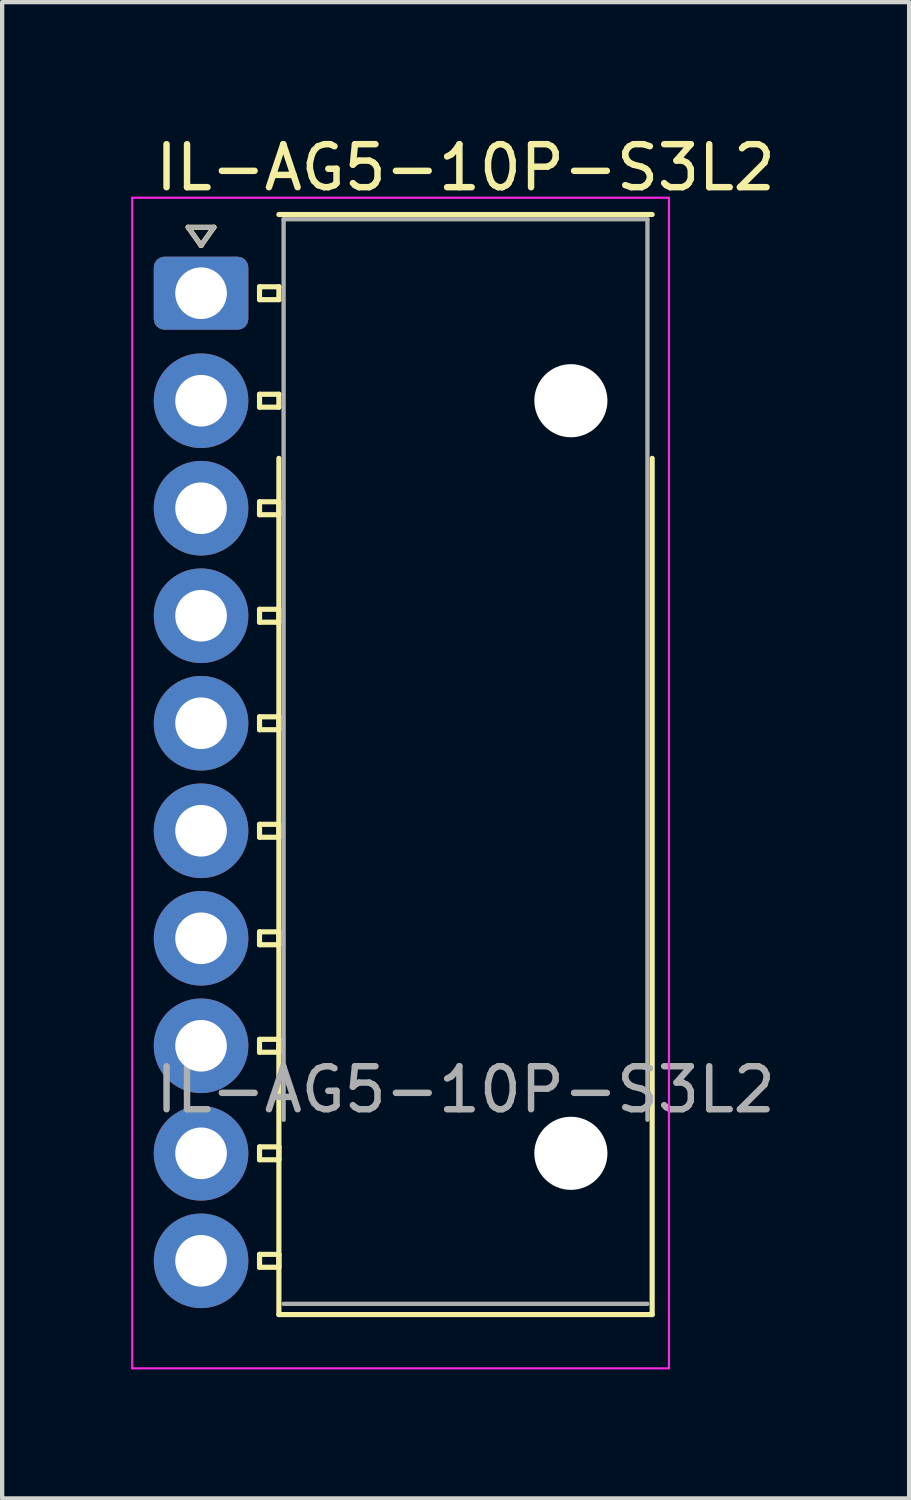
<source format=kicad_pcb>
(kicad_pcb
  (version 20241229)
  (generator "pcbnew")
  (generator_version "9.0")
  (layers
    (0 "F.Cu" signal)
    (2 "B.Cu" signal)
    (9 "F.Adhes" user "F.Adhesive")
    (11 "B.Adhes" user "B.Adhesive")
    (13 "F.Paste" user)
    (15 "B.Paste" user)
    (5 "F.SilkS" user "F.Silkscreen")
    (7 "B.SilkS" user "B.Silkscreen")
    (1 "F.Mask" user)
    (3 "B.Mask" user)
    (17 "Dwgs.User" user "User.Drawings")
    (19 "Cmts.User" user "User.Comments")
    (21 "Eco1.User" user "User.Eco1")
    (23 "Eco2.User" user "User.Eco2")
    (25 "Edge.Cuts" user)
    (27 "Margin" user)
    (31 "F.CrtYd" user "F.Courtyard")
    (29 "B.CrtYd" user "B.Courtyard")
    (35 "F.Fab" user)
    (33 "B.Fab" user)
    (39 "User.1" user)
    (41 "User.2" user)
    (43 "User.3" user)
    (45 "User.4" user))
  (footprint "IL-AG5-10P-S3L2"
    (layer "F.Cu")
    (at 1.625 3.768)
    (property "Reference" "IL-AG5-10P-S3L2" (at 6.15 -2.92 0) (layer "F.SilkS") (effects (font (size 1 1) (thickness 0.15))))
    (attr through_hole)
    (fp_line (start -0.3 -1.534) (end 0 -1.11) (stroke (width 0.12) (type solid)) (layer "F.SilkS"))
    (fp_line (start 0 -1.11) (end 0.3 -1.534) (stroke (width 0.12) (type solid)) (layer "F.SilkS"))
    (fp_line (start 0.3 -1.534) (end -0.3 -1.534) (stroke (width 0.12) (type solid)) (layer "F.SilkS"))
    (fp_line (start 1.36 -0.15) (end 1.36 0.15) (stroke (width 0.12) (type solid)) (layer "F.SilkS"))
    (fp_line (start 1.36 0.15) (end 1.81 0.15) (stroke (width 0.12) (type solid)) (layer "F.SilkS"))
    (fp_line (start 1.36 2.35) (end 1.36 2.65) (stroke (width 0.12) (type solid)) (layer "F.SilkS"))
    (fp_line (start 1.36 2.65) (end 1.81 2.65) (stroke (width 0.12) (type solid)) (layer "F.SilkS"))
    (fp_line (start 1.36 4.85) (end 1.36 5.15) (stroke (width 0.12) (type solid)) (layer "F.SilkS"))
    (fp_line (start 1.36 5.15) (end 1.81 5.15) (stroke (width 0.12) (type solid)) (layer "F.SilkS"))
    (fp_line (start 1.36 7.35) (end 1.36 7.65) (stroke (width 0.12) (type solid)) (layer "F.SilkS"))
    (fp_line (start 1.36 7.65) (end 1.81 7.65) (stroke (width 0.12) (type solid)) (layer "F.SilkS"))
    (fp_line (start 1.36 9.85) (end 1.36 10.15) (stroke (width 0.12) (type solid)) (layer "F.SilkS"))
    (fp_line (start 1.36 10.15) (end 1.81 10.15) (stroke (width 0.12) (type solid)) (layer "F.SilkS"))
    (fp_line (start 1.36 12.35) (end 1.36 12.65) (stroke (width 0.12) (type solid)) (layer "F.SilkS"))
    (fp_line (start 1.36 12.65) (end 1.81 12.65) (stroke (width 0.12) (type solid)) (layer "F.SilkS"))
    (fp_line (start 1.36 14.85) (end 1.36 15.15) (stroke (width 0.12) (type solid)) (layer "F.SilkS"))
    (fp_line (start 1.36 15.15) (end 1.81 15.15) (stroke (width 0.12) (type solid)) (layer "F.SilkS"))
    (fp_line (start 1.36 17.35) (end 1.36 17.65) (stroke (width 0.12) (type solid)) (layer "F.SilkS"))
    (fp_line (start 1.36 17.65) (end 1.81 17.65) (stroke (width 0.12) (type solid)) (layer "F.SilkS"))
    (fp_line (start 1.36 19.85) (end 1.36 20.15) (stroke (width 0.12) (type solid)) (layer "F.SilkS"))
    (fp_line (start 1.36 20.15) (end 1.81 20.15) (stroke (width 0.12) (type solid)) (layer "F.SilkS"))
    (fp_line (start 1.36 22.35) (end 1.36 22.65) (stroke (width 0.12) (type solid)) (layer "F.SilkS"))
    (fp_line (start 1.36 22.65) (end 1.81 22.65) (stroke (width 0.12) (type solid)) (layer "F.SilkS"))
    (fp_line (start 1.81 -0.15) (end 1.36 -0.15) (stroke (width 0.12) (type solid)) (layer "F.SilkS"))
    (fp_line (start 1.81 0.15) (end 1.81 -0.15) (stroke (width 0.12) (type solid)) (layer "F.SilkS"))
    (fp_line (start 1.81 2.35) (end 1.36 2.35) (stroke (width 0.12) (type solid)) (layer "F.SilkS"))
    (fp_line (start 1.81 2.65) (end 1.81 2.35) (stroke (width 0.12) (type solid)) (layer "F.SilkS"))
    (fp_line (start 1.81 3.84) (end 1.81 23.75) (stroke (width 0.12) (type solid)) (layer "F.SilkS"))
    (fp_line (start 1.81 4.85) (end 1.36 4.85) (stroke (width 0.12) (type solid)) (layer "F.SilkS"))
    (fp_line (start 1.81 5.15) (end 1.81 4.85) (stroke (width 0.12) (type solid)) (layer "F.SilkS"))
    (fp_line (start 1.81 7.35) (end 1.36 7.35) (stroke (width 0.12) (type solid)) (layer "F.SilkS"))
    (fp_line (start 1.81 7.65) (end 1.81 7.35) (stroke (width 0.12) (type solid)) (layer "F.SilkS"))
    (fp_line (start 1.81 9.85) (end 1.36 9.85) (stroke (width 0.12) (type solid)) (layer "F.SilkS"))
    (fp_line (start 1.81 10.15) (end 1.81 9.85) (stroke (width 0.12) (type solid)) (layer "F.SilkS"))
    (fp_line (start 1.81 12.35) (end 1.36 12.35) (stroke (width 0.12) (type solid)) (layer "F.SilkS"))
    (fp_line (start 1.81 12.65) (end 1.81 12.35) (stroke (width 0.12) (type solid)) (layer "F.SilkS"))
    (fp_line (start 1.81 14.85) (end 1.36 14.85) (stroke (width 0.12) (type solid)) (layer "F.SilkS"))
    (fp_line (start 1.81 15.15) (end 1.81 14.85) (stroke (width 0.12) (type solid)) (layer "F.SilkS"))
    (fp_line (start 1.81 17.35) (end 1.36 17.35) (stroke (width 0.12) (type solid)) (layer "F.SilkS"))
    (fp_line (start 1.81 17.65) (end 1.81 17.35) (stroke (width 0.12) (type solid)) (layer "F.SilkS"))
    (fp_line (start 1.81 19.85) (end 1.36 19.85) (stroke (width 0.12) (type solid)) (layer "F.SilkS"))
    (fp_line (start 1.81 20.15) (end 1.81 19.85) (stroke (width 0.12) (type solid)) (layer "F.SilkS"))
    (fp_line (start 1.81 22.35) (end 1.36 22.35) (stroke (width 0.12) (type solid)) (layer "F.SilkS"))
    (fp_line (start 1.81 22.65) (end 1.81 22.35) (stroke (width 0.12) (type solid)) (layer "F.SilkS"))
    (fp_line (start 1.81 23.75) (end 10.49 23.75) (stroke (width 0.12) (type solid)) (layer "F.SilkS"))
    (fp_line (start 10.49 -1.83) (end 1.81 -1.83) (stroke (width 0.12) (type solid)) (layer "F.SilkS"))
    (fp_line (start 10.49 23.75) (end 10.49 3.84) (stroke (width 0.12) (type solid)) (layer "F.SilkS"))
    (fp_line (start -1.6 -2.22) (end -1.6 25) (stroke (width 0.05) (type solid)) (layer "F.CrtYd"))
    (fp_line (start -1.6 25) (end 10.88 25) (stroke (width 0.05) (type solid)) (layer "F.CrtYd"))
    (fp_line (start 10.88 -2.22) (end -1.6 -2.22) (stroke (width 0.05) (type solid)) (layer "F.CrtYd"))
    (fp_line (start 10.88 25) (end 10.88 -2.22) (stroke (width 0.05) (type solid)) (layer "F.CrtYd"))
    (fp_line (start -0.3 -1.534) (end 0 -1.11) (stroke (width 0.1) (type solid)) (layer "F.Fab"))
    (fp_line (start 0 -1.11) (end 0.3 -1.534) (stroke (width 0.1) (type solid)) (layer "F.Fab"))
    (fp_line (start 0.3 -1.534) (end -0.3 -1.534) (stroke (width 0.1) (type solid)) (layer "F.Fab"))
    (fp_line (start 1.92 -1.72) (end 1.92 19.22) (stroke (width 0.1) (type solid)) (layer "F.Fab"))
    (fp_line (start 1.92 23.5) (end 10.38 23.5) (stroke (width 0.1) (type solid)) (layer "F.Fab"))
    (fp_line (start 10.38 -1.72) (end 1.92 -1.72) (stroke (width 0.1) (type solid)) (layer "F.Fab"))
    (fp_line (start 10.38 19.22) (end 10.38 -1.72) (stroke (width 0.1) (type solid)) (layer "F.Fab"))
    (fp_text user "${REFERENCE}" (at 6.15 18.52 0) (layer "F.Fab") (effects (font (size 1 1) (thickness 0.15))))
    (pad "" np_thru_hole circle (at 8.6 2.5) (size 1.7 1.7) (drill 1.7) (layers "*.Cu" "*.Mask"))
    (pad "" np_thru_hole circle (at 8.6 20) (size 1.7 1.7) (drill 1.7) (layers "*.Cu" "*.Mask"))
    (pad "1" thru_hole roundrect (at 0 0) (size 2.2 1.7) (drill 1.2) (layers "*.Cu" "*.Mask") (roundrect_rratio 0.147))
    (pad "2" thru_hole circle (at 0 2.5) (size 2.2 2.2) (drill 1.2) (layers "*.Cu" "*.Mask"))
    (pad "3" thru_hole circle (at 0 5) (size 2.2 2.2) (drill 1.2) (layers "*.Cu" "*.Mask"))
    (pad "4" thru_hole circle (at 0 7.5) (size 2.2 2.2) (drill 1.2) (layers "*.Cu" "*.Mask"))
    (pad "5" thru_hole circle (at 0 10) (size 2.2 2.2) (drill 1.2) (layers "*.Cu" "*.Mask"))
    (pad "6" thru_hole circle (at 0 12.5) (size 2.2 2.2) (drill 1.2) (layers "*.Cu" "*.Mask"))
    (pad "7" thru_hole circle (at 0 15) (size 2.2 2.2) (drill 1.2) (layers "*.Cu" "*.Mask"))
    (pad "8" thru_hole circle (at 0 17.5) (size 2.2 2.2) (drill 1.2) (layers "*.Cu" "*.Mask"))
    (pad "9" thru_hole circle (at 0 20) (size 2.2 2.2) (drill 1.2) (layers "*.Cu" "*.Mask"))
    (pad "10" thru_hole circle (at 0 22.5) (size 2.2 2.2) (drill 1.2) (layers "*.Cu" "*.Mask")))
  (gr_rect
    (start -3 -3)
    (end 18.09 31.793)
    (stroke (width 0.1) (type default))
    (fill no)
    (layer "Edge.Cuts")))
</source>
